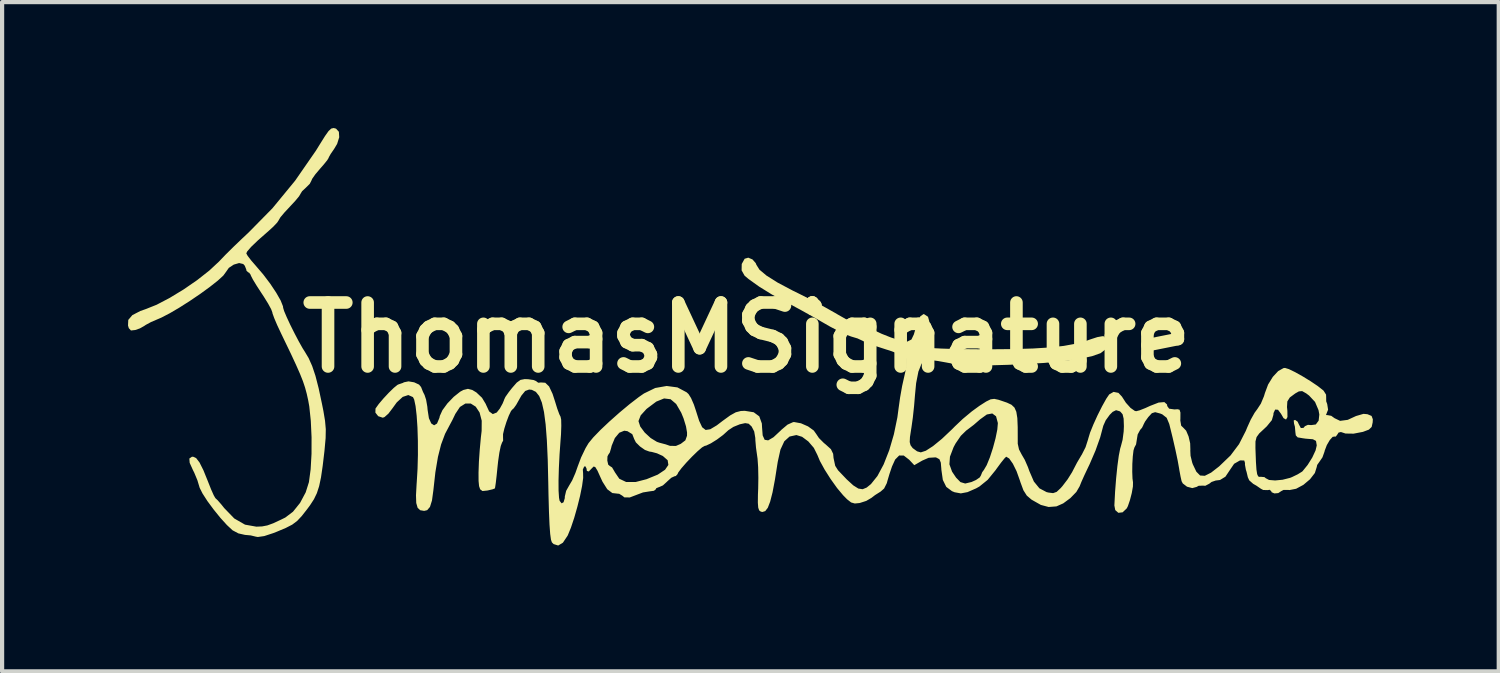
<source format=kicad_pcb>
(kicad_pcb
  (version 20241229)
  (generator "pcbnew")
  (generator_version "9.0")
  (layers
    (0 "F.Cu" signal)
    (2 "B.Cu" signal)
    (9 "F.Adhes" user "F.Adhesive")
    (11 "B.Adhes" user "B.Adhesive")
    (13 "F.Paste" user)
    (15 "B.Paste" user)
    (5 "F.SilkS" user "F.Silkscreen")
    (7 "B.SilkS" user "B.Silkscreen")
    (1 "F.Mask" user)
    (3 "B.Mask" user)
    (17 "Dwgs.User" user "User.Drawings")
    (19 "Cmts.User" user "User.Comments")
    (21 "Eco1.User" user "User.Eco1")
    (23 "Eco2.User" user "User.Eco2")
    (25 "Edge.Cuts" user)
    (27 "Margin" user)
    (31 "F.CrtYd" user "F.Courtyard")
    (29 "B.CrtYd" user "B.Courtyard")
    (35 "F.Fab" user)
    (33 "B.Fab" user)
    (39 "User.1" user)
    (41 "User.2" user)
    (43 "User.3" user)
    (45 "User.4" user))
  (footprint "ThomasMSignature"
    (layer "F.Cu")
    (at 14.744 4.992)
    (property "Reference" "ThomasMSignature" (at 0 0 0) (layer "F.SilkS") (effects (font (size 1.524 1.524) (thickness 0.3))))
    (attr board_only exclude_from_pos_files exclude_from_bom)
    (fp_poly (pts (xy -9.788 -4.977) (xy -9.72 -4.902) (xy -9.712 -4.772) (xy -9.762 -4.613) (xy -9.835 -4.491) (xy -9.915 -4.375) (xy -9.96 -4.295) (xy -9.964 -4.281) (xy -9.996 -4.227) (xy -10.08 -4.123) (xy -10.17 -4.02) (xy -10.281 -3.889) (xy -10.356 -3.782) (xy -10.377 -3.734) (xy -10.414 -3.662) (xy -10.504 -3.573) (xy -10.506 -3.571) (xy -10.596 -3.487) (xy -10.635 -3.424) (xy -10.635 -3.423) (xy -10.669 -3.365) (xy -10.758 -3.258) (xy -10.883 -3.123) (xy -10.893 -3.112) (xy -11.02 -2.976) (xy -11.113 -2.865) (xy -11.151 -2.801) (xy -11.151 -2.799) (xy -11.188 -2.742) (xy -11.282 -2.642) (xy -11.396 -2.538) (xy -11.645 -2.319) (xy -11.813 -2.158) (xy -11.905 -2.051) (xy -11.926 -2.005) (xy -11.893 -1.945) (xy -11.808 -1.835) (xy -11.703 -1.714) (xy -11.524 -1.505) (xy -11.356 -1.283) (xy -11.213 -1.068) (xy -11.107 -0.882) (xy -11.052 -0.744) (xy -11.048 -0.709) (xy -11.025 -0.632) (xy -10.964 -0.488) (xy -10.878 -0.303) (xy -10.777 -0.101) (xy -10.675 0.093) (xy -10.584 0.255) (xy -10.535 0.332) (xy -10.44 0.491) (xy -10.356 0.68) (xy -10.278 0.913) (xy -10.202 1.209) (xy -10.122 1.584) (xy -10.089 1.749) (xy -10.05 1.983) (xy -10.032 2.184) (xy -10.036 2.397) (xy -10.06 2.662) (xy -10.064 2.704) (xy -10.106 3.059) (xy -10.146 3.331) (xy -10.19 3.54) (xy -10.244 3.707) (xy -10.314 3.852) (xy -10.406 3.994) (xy -10.475 4.087) (xy -10.603 4.251) (xy -10.713 4.368) (xy -10.831 4.457) (xy -10.984 4.536) (xy -11.198 4.626) (xy -11.285 4.66) (xy -11.498 4.73) (xy -11.651 4.752) (xy -11.698 4.744) (xy -11.822 4.714) (xy -11.957 4.702) (xy -12.115 4.666) (xy -12.254 4.592) (xy -12.388 4.467) (xy -12.544 4.295) (xy -12.704 4.097) (xy -12.852 3.897) (xy -12.968 3.717) (xy -13.036 3.582) (xy -13.045 3.553) (xy -13.091 3.4) (xy -13.166 3.22) (xy -13.198 3.156) (xy -13.275 2.985) (xy -13.283 2.883) (xy -13.223 2.841) (xy -13.193 2.839) (xy -13.121 2.872) (xy -13.041 2.976) (xy -12.948 3.161) (xy -12.836 3.437) (xy -12.834 3.443) (xy -12.763 3.621) (xy -12.702 3.758) (xy -12.662 3.827) (xy -12.658 3.83) (xy -12.608 3.877) (xy -12.519 3.979) (xy -12.452 4.063) (xy -12.212 4.311) (xy -11.956 4.458) (xy -11.686 4.506) (xy -11.549 4.5) (xy -11.424 4.476) (xy -11.281 4.424) (xy -11.089 4.334) (xy -10.996 4.288) (xy -10.814 4.15) (xy -10.645 3.94) (xy -10.511 3.689) (xy -10.434 3.446) (xy -10.393 3.141) (xy -10.372 2.772) (xy -10.371 2.375) (xy -10.389 1.986) (xy -10.425 1.642) (xy -10.451 1.497) (xy -10.486 1.339) (xy -10.526 1.191) (xy -10.577 1.039) (xy -10.646 0.866) (xy -10.739 0.655) (xy -10.862 0.39) (xy -11.023 0.056) (xy -11.096 -0.096) (xy -11.189 -0.294) (xy -11.26 -0.461) (xy -11.301 -0.574) (xy -11.306 -0.602) (xy -11.334 -0.676) (xy -11.407 -0.81) (xy -11.513 -0.981) (xy -11.564 -1.058) (xy -11.679 -1.235) (xy -11.768 -1.381) (xy -11.817 -1.476) (xy -11.822 -1.495) (xy -11.86 -1.547) (xy -11.874 -1.549) (xy -11.921 -1.59) (xy -11.926 -1.62) (xy -11.962 -1.711) (xy -11.999 -1.752) (xy -12.097 -1.775) (xy -12.224 -1.738) (xy -12.342 -1.66) (xy -12.413 -1.559) (xy -12.473 -1.477) (xy -12.606 -1.355) (xy -12.794 -1.207) (xy -13.019 -1.043) (xy -13.265 -0.876) (xy -13.514 -0.717) (xy -13.747 -0.58) (xy -13.949 -0.475) (xy -14.042 -0.435) (xy -14.198 -0.368) (xy -14.32 -0.302) (xy -14.352 -0.28) (xy -14.461 -0.218) (xy -14.569 -0.18) (xy -14.674 -0.168) (xy -14.725 -0.223) (xy -14.744 -0.286) (xy -14.738 -0.42) (xy -14.641 -0.534) (xy -14.45 -0.633) (xy -14.329 -0.675) (xy -14.063 -0.781) (xy -13.752 -0.944) (xy -13.421 -1.145) (xy -13.097 -1.368) (xy -12.807 -1.596) (xy -12.577 -1.81) (xy -12.561 -1.827) (xy -12.42 -1.974) (xy -12.23 -2.162) (xy -12.019 -2.364) (xy -11.87 -2.504) (xy -11.303 -3.08) (xy -10.763 -3.737) (xy -10.269 -4.45) (xy -10.173 -4.605) (xy -10.051 -4.8) (xy -9.966 -4.92) (xy -9.902 -4.979) (xy -9.844 -4.992)) (stroke (width 0) (type solid)) (fill yes) (layer "F.SilkS"))
    (fp_poly (pts (xy 0.134 -1.861) (xy 0.212 -1.772) (xy 0.227 -1.733) (xy 0.3 -1.617) (xy 0.468 -1.476) (xy 0.732 -1.31) (xy 1.094 -1.118) (xy 1.229 -1.052) (xy 1.501 -0.915) (xy 1.807 -0.752) (xy 2.094 -0.591) (xy 2.183 -0.539) (xy 2.389 -0.422) (xy 2.571 -0.329) (xy 2.706 -0.271) (xy 2.761 -0.258) (xy 2.886 -0.234) (xy 2.994 -0.191) (xy 3.212 -0.089) (xy 3.434 -0.001) (xy 3.632 0.063) (xy 3.781 0.094) (xy 3.826 0.095) (xy 3.921 0.047) (xy 3.98 -0.077) (xy 3.987 -0.103) (xy 4.061 -0.356) (xy 4.134 -0.507) (xy 4.208 -0.558) (xy 4.222 -0.557) (xy 4.316 -0.495) (xy 4.348 -0.379) (xy 4.315 -0.242) (xy 4.277 -0.182) (xy 4.201 -0.028) (xy 4.213 0.113) (xy 4.307 0.215) (xy 4.376 0.243) (xy 4.466 0.254) (xy 4.643 0.263) (xy 4.891 0.271) (xy 5.194 0.276) (xy 5.536 0.279) (xy 5.782 0.28) (xy 6.347 0.275) (xy 6.821 0.261) (xy 7.218 0.236) (xy 7.551 0.199) (xy 7.831 0.148) (xy 8.072 0.084) (xy 8.193 0.041) (xy 8.35 -0.01) (xy 8.471 -0.032) (xy 8.515 -0.028) (xy 8.559 0.05) (xy 8.566 0.173) (xy 8.533 0.287) (xy 8.529 0.294) (xy 8.426 0.373) (xy 8.225 0.444) (xy 7.931 0.507) (xy 7.549 0.561) (xy 7.084 0.605) (xy 6.542 0.637) (xy 6.221 0.65) (xy 5.841 0.661) (xy 5.543 0.665) (xy 5.308 0.662) (xy 5.115 0.651) (xy 4.944 0.63) (xy 4.774 0.599) (xy 4.759 0.596) (xy 4.553 0.559) (xy 4.381 0.537) (xy 4.271 0.534) (xy 4.253 0.537) (xy 4.161 0.626) (xy 4.087 0.811) (xy 4.033 1.087) (xy 4.006 1.368) (xy 3.984 1.633) (xy 3.954 1.91) (xy 3.921 2.146) (xy 3.915 2.181) (xy 3.886 2.371) (xy 3.88 2.489) (xy 3.9 2.566) (xy 3.949 2.632) (xy 3.949 2.633) (xy 4.056 2.711) (xy 4.144 2.736) (xy 4.264 2.697) (xy 4.436 2.586) (xy 4.649 2.412) (xy 4.891 2.183) (xy 4.956 2.117) (xy 5.144 1.939) (xy 5.359 1.76) (xy 5.54 1.628) (xy 5.701 1.525) (xy 5.808 1.472) (xy 5.894 1.461) (xy 5.993 1.482) (xy 6.051 1.501) (xy 6.197 1.551) (xy 6.304 1.601) (xy 6.376 1.669) (xy 6.42 1.769) (xy 6.444 1.918) (xy 6.453 2.133) (xy 6.454 2.431) (xy 6.454 2.53) (xy 6.484 2.666) (xy 6.548 2.788) (xy 6.621 2.913) (xy 6.697 3.087) (xy 6.73 3.18) (xy 6.838 3.43) (xy 6.97 3.592) (xy 7.14 3.682) (xy 7.185 3.693) (xy 7.296 3.707) (xy 7.381 3.677) (xy 7.477 3.587) (xy 7.519 3.539) (xy 7.642 3.378) (xy 7.749 3.207) (xy 7.774 3.158) (xy 7.866 2.981) (xy 7.971 2.803) (xy 7.981 2.788) (xy 8.07 2.612) (xy 8.131 2.422) (xy 8.136 2.401) (xy 8.177 2.266) (xy 8.255 2.073) (xy 8.355 1.853) (xy 8.463 1.638) (xy 8.563 1.458) (xy 8.633 1.355) (xy 8.737 1.295) (xy 8.853 1.318) (xy 8.936 1.407) (xy 9.031 1.554) (xy 9.142 1.677) (xy 9.243 1.748) (xy 9.276 1.755) (xy 9.358 1.734) (xy 9.497 1.679) (xy 9.606 1.629) (xy 9.811 1.549) (xy 9.947 1.538) (xy 10.011 1.595) (xy 10.015 1.632) (xy 10.061 1.695) (xy 10.188 1.713) (xy 10.261 1.708) (xy 10.309 1.72) (xy 10.33 1.787) (xy 10.329 1.93) (xy 10.327 1.975) (xy 10.348 2.1) (xy 10.398 2.148) (xy 10.466 2.219) (xy 10.524 2.356) (xy 10.562 2.52) (xy 10.567 2.673) (xy 10.565 2.692) (xy 10.571 2.817) (xy 10.61 2.977) (xy 10.625 3.02) (xy 10.709 3.196) (xy 10.799 3.287) (xy 10.911 3.294) (xy 11.06 3.219) (xy 11.253 3.069) (xy 11.524 2.809) (xy 11.657 2.632) (xy 12.117 2.632) (xy 12.119 2.694) (xy 12.129 2.964) (xy 12.141 3.145) (xy 12.158 3.255) (xy 12.183 3.309) (xy 12.218 3.321) (xy 12.242 3.317) (xy 12.333 3.326) (xy 12.362 3.351) (xy 12.441 3.393) (xy 12.586 3.405) (xy 12.764 3.388) (xy 12.942 3.343) (xy 12.985 3.326) (xy 13.124 3.259) (xy 13.226 3.196) (xy 13.24 3.184) (xy 13.361 3.035) (xy 13.471 2.859) (xy 13.55 2.689) (xy 13.578 2.569) (xy 13.56 2.463) (xy 13.486 2.423) (xy 13.436 2.419) (xy 13.312 2.409) (xy 13.242 2.399) (xy 13.143 2.382) (xy 13.126 2.381) (xy 13.079 2.332) (xy 13.069 2.259) (xy 13.057 2.122) (xy 13.037 2.052) (xy 13.029 1.976) (xy 13.061 1.962) (xy 13.122 2.005) (xy 13.15 2.065) (xy 13.199 2.156) (xy 13.263 2.152) (xy 13.296 2.112) (xy 13.367 2.08) (xy 13.446 2.086) (xy 13.555 2.071) (xy 13.623 1.98) (xy 13.639 1.834) (xy 13.62 1.729) (xy 13.537 1.534) (xy 13.395 1.382) (xy 13.326 1.33) (xy 13.23 1.276) (xy 13.152 1.283) (xy 13.067 1.331) (xy 12.937 1.427) (xy 12.877 1.522) (xy 12.869 1.656) (xy 12.878 1.747) (xy 12.88 1.895) (xy 12.846 1.954) (xy 12.786 1.92) (xy 12.726 1.816) (xy 12.655 1.721) (xy 12.587 1.716) (xy 12.548 1.799) (xy 12.545 1.841) (xy 12.508 1.968) (xy 12.388 2.115) (xy 12.327 2.173) (xy 12.208 2.284) (xy 12.144 2.372) (xy 12.118 2.475) (xy 12.117 2.632) (xy 11.657 2.632) (xy 11.726 2.54) (xy 11.887 2.225) (xy 11.921 2.142) (xy 12.005 1.956) (xy 12.098 1.791) (xy 12.162 1.704) (xy 12.246 1.575) (xy 12.32 1.399) (xy 12.343 1.322) (xy 12.419 1.119) (xy 12.531 0.937) (xy 12.66 0.798) (xy 12.786 0.728) (xy 12.822 0.724) (xy 12.913 0.752) (xy 13.062 0.824) (xy 13.244 0.926) (xy 13.433 1.042) (xy 13.602 1.156) (xy 13.727 1.254) (xy 13.742 1.268) (xy 13.8 1.36) (xy 13.802 1.421) (xy 13.803 1.519) (xy 13.827 1.585) (xy 13.848 1.719) (xy 13.825 1.776) (xy 13.798 1.846) (xy 13.837 1.849) (xy 13.839 1.849) (xy 13.923 1.865) (xy 14.001 1.921) (xy 14.134 1.985) (xy 14.316 1.961) (xy 14.513 1.87) (xy 14.692 1.818) (xy 14.787 1.827) (xy 14.884 1.868) (xy 14.914 1.947) (xy 14.91 2.023) (xy 14.886 2.13) (xy 14.82 2.194) (xy 14.684 2.245) (xy 14.679 2.247) (xy 14.455 2.29) (xy 14.263 2.287) (xy 14.154 2.251) (xy 14.098 2.264) (xy 14.072 2.305) (xy 14.031 2.361) (xy 14.008 2.358) (xy 13.957 2.366) (xy 13.888 2.443) (xy 13.818 2.562) (xy 13.767 2.696) (xy 13.762 2.72) (xy 13.714 2.854) (xy 13.652 2.945) (xy 13.588 3.036) (xy 13.578 3.083) (xy 13.533 3.227) (xy 13.417 3.377) (xy 13.259 3.51) (xy 13.086 3.603) (xy 12.927 3.634) (xy 12.9 3.63) (xy 12.787 3.63) (xy 12.729 3.661) (xy 12.661 3.706) (xy 12.569 3.714) (xy 12.502 3.685) (xy 12.493 3.66) (xy 12.455 3.627) (xy 12.41 3.635) (xy 12.302 3.632) (xy 12.249 3.604) (xy 12.14 3.529) (xy 12.063 3.485) (xy 11.969 3.402) (xy 11.936 3.329) (xy 11.906 3.202) (xy 11.889 3.149) (xy 11.867 3.027) (xy 11.868 2.988) (xy 11.851 2.93) (xy 11.764 2.927) (xy 11.745 2.93) (xy 11.609 3.008) (xy 11.513 3.149) (xy 11.402 3.315) (xy 11.273 3.394) (xy 11.169 3.407) (xy 11.071 3.441) (xy 11.017 3.483) (xy 10.922 3.532) (xy 10.865 3.528) (xy 10.763 3.532) (xy 10.718 3.558) (xy 10.613 3.587) (xy 10.487 3.554) (xy 10.386 3.476) (xy 10.358 3.423) (xy 10.333 3.312) (xy 10.304 3.157) (xy 10.299 3.123) (xy 10.265 2.933) (xy 10.211 2.677) (xy 10.145 2.388) (xy 10.074 2.1) (xy 10.063 2.057) (xy 10.002 1.912) (xy 9.896 1.829) (xy 9.847 1.81) (xy 9.728 1.778) (xy 9.649 1.803) (xy 9.564 1.895) (xy 9.487 2.002) (xy 9.449 2.076) (xy 9.448 2.082) (xy 9.415 2.149) (xy 9.37 2.201) (xy 9.311 2.31) (xy 9.293 2.42) (xy 9.273 2.546) (xy 9.234 2.619) (xy 9.212 2.689) (xy 9.195 2.831) (xy 9.184 3.011) (xy 9.182 3.199) (xy 9.188 3.36) (xy 9.2 3.449) (xy 9.198 3.549) (xy 9.171 3.704) (xy 9.127 3.874) (xy 9.078 4.017) (xy 9.052 4.069) (xy 8.953 4.164) (xy 8.851 4.176) (xy 8.777 4.111) (xy 8.756 4.001) (xy 8.773 3.675) (xy 8.798 3.355) (xy 8.828 3.062) (xy 8.861 2.818) (xy 8.895 2.644) (xy 8.912 2.588) (xy 8.952 2.436) (xy 8.978 2.237) (xy 8.983 2.112) (xy 8.977 1.933) (xy 8.952 1.828) (xy 8.901 1.768) (xy 8.879 1.755) (xy 8.796 1.731) (xy 8.715 1.771) (xy 8.646 1.84) (xy 8.55 1.972) (xy 8.491 2.104) (xy 8.489 2.113) (xy 8.418 2.379) (xy 8.306 2.694) (xy 8.165 3.021) (xy 8.128 3.098) (xy 8.042 3.28) (xy 7.971 3.438) (xy 7.931 3.538) (xy 7.931 3.54) (xy 7.85 3.679) (xy 7.707 3.826) (xy 7.538 3.951) (xy 7.378 4.022) (xy 7.374 4.023) (xy 7.19 4.037) (xy 7.005 3.988) (xy 6.789 3.866) (xy 6.775 3.856) (xy 6.669 3.765) (xy 6.589 3.639) (xy 6.518 3.447) (xy 6.504 3.403) (xy 6.426 3.185) (xy 6.337 3.005) (xy 6.25 2.882) (xy 6.179 2.839) (xy 6.138 2.879) (xy 6.055 2.982) (xy 5.947 3.129) (xy 5.93 3.154) (xy 5.738 3.39) (xy 5.541 3.549) (xy 5.463 3.593) (xy 5.257 3.683) (xy 5.098 3.713) (xy 4.95 3.686) (xy 4.887 3.66) (xy 4.751 3.558) (xy 4.669 3.392) (xy 4.634 3.146) (xy 4.634 3.134) (xy 4.624 3.02) (xy 4.826 3.02) (xy 4.889 3.195) (xy 4.985 3.338) (xy 5.089 3.444) (xy 5.202 3.478) (xy 5.352 3.442) (xy 5.459 3.394) (xy 5.548 3.333) (xy 5.576 3.287) (xy 5.607 3.209) (xy 5.648 3.153) (xy 5.715 3.039) (xy 5.79 2.855) (xy 5.863 2.631) (xy 5.925 2.4) (xy 5.967 2.193) (xy 5.98 2.042) (xy 5.979 2.032) (xy 5.937 1.876) (xy 5.847 1.809) (xy 5.718 1.833) (xy 5.557 1.949) (xy 5.557 1.949) (xy 5.406 2.08) (xy 5.247 2.201) (xy 5.227 2.215) (xy 5.098 2.341) (xy 4.972 2.525) (xy 4.925 2.613) (xy 4.839 2.838) (xy 4.826 3.02) (xy 4.624 3.02) (xy 4.621 2.981) (xy 4.588 2.9) (xy 4.519 2.862) (xy 4.496 2.855) (xy 4.331 2.865) (xy 4.178 2.932) (xy 3.989 3.041) (xy 3.868 2.912) (xy 3.739 2.812) (xy 3.629 2.81) (xy 3.533 2.907) (xy 3.458 3.072) (xy 3.398 3.25) (xy 3.35 3.411) (xy 3.334 3.47) (xy 3.27 3.597) (xy 3.187 3.67) (xy 3.054 3.754) (xy 2.968 3.82) (xy 2.845 3.892) (xy 2.69 3.942) (xy 2.683 3.943) (xy 2.572 3.954) (xy 2.484 3.929) (xy 2.387 3.853) (xy 2.292 3.756) (xy 2.149 3.585) (xy 1.996 3.371) (xy 1.853 3.146) (xy 1.74 2.94) (xy 1.68 2.797) (xy 1.596 2.629) (xy 1.465 2.476) (xy 1.316 2.365) (xy 1.18 2.323) (xy 1.017 2.359) (xy 0.892 2.472) (xy 0.8 2.671) (xy 0.736 2.961) (xy 0.733 2.979) (xy 0.67 3.38) (xy 0.612 3.688) (xy 0.555 3.91) (xy 0.499 4.056) (xy 0.438 4.135) (xy 0.37 4.156) (xy 0.331 4.147) (xy 0.293 4.118) (xy 0.271 4.053) (xy 0.262 3.935) (xy 0.264 3.742) (xy 0.27 3.596) (xy 0.274 3.34) (xy 0.269 3.09) (xy 0.255 2.886) (xy 0.245 2.816) (xy 0.218 2.626) (xy 0.203 2.45) (xy 0.201 2.391) (xy 0.175 2.238) (xy 0.114 2.12) (xy 0.043 2.053) (xy -0.04 2.039) (xy -0.168 2.067) (xy -0.321 2.129) (xy -0.441 2.208) (xy -0.453 2.219) (xy -0.567 2.322) (xy -0.712 2.43) (xy -0.858 2.521) (xy -0.971 2.575) (xy -1.003 2.581) (xy -1.067 2.617) (xy -1.175 2.71) (xy -1.308 2.839) (xy -1.442 2.98) (xy -1.558 3.113) (xy -1.634 3.214) (xy -1.652 3.255) (xy -1.693 3.3) (xy -1.72 3.304) (xy -1.799 3.34) (xy -1.896 3.427) (xy -1.901 3.433) (xy -2 3.523) (xy -2.088 3.562) (xy -2.091 3.562) (xy -2.159 3.59) (xy -2.168 3.614) (xy -2.213 3.651) (xy -2.317 3.665) (xy -2.474 3.69) (xy -2.614 3.743) (xy -2.79 3.81) (xy -2.918 3.808) (xy -2.969 3.767) (xy -3.043 3.722) (xy -3.063 3.721) (xy -3.205 3.705) (xy -3.326 3.614) (xy -3.439 3.435) (xy -3.484 3.338) (xy -3.559 3.172) (xy -3.61 3.088) (xy -3.649 3.072) (xy -3.688 3.11) (xy -3.688 3.11) (xy -3.766 3.191) (xy -3.812 3.178) (xy -3.82 3.12) (xy -3.847 3.068) (xy -3.876 3.074) (xy -3.908 3.145) (xy -3.902 3.229) (xy -3.9 3.346) (xy -3.926 3.536) (xy -3.974 3.774) (xy -4.039 4.035) (xy -4.113 4.295) (xy -4.191 4.528) (xy -4.266 4.711) (xy -4.273 4.724) (xy -4.383 4.888) (xy -4.495 4.955) (xy -4.604 4.921) (xy -4.645 4.88) (xy -4.667 4.816) (xy -4.686 4.676) (xy -4.702 4.455) (xy -4.715 4.146) (xy -4.726 3.744) (xy -4.731 3.474) (xy -4.744 2.913) (xy -4.765 2.447) (xy -4.794 2.07) (xy -4.833 1.774) (xy -4.884 1.55) (xy -4.948 1.393) (xy -5.027 1.294) (xy -5.123 1.246) (xy -5.188 1.239) (xy -5.281 1.273) (xy -5.372 1.384) (xy -5.421 1.471) (xy -5.496 1.604) (xy -5.556 1.688) (xy -5.577 1.704) (xy -5.618 1.749) (xy -5.672 1.862) (xy -5.729 2.013) (xy -5.778 2.169) (xy -5.809 2.3) (xy -5.809 2.373) (xy -5.809 2.374) (xy -5.807 2.457) (xy -5.833 2.503) (xy -5.863 2.583) (xy -5.896 2.74) (xy -5.926 2.947) (xy -5.94 3.076) (xy -5.962 3.292) (xy -5.982 3.465) (xy -5.998 3.572) (xy -6.005 3.596) (xy -6.062 3.617) (xy -6.177 3.644) (xy -6.184 3.645) (xy -6.299 3.657) (xy -6.354 3.616) (xy -6.38 3.54) (xy -6.392 3.417) (xy -6.393 3.216) (xy -6.384 2.96) (xy -6.364 2.673) (xy -6.337 2.378) (xy -6.319 2.225) (xy -6.317 1.981) (xy -6.368 1.786) (xy -6.46 1.647) (xy -6.577 1.573) (xy -6.707 1.573) (xy -6.836 1.654) (xy -6.95 1.826) (xy -6.952 1.833) (xy -7.016 1.966) (xy -7.069 2.065) (xy -7.19 2.294) (xy -7.285 2.548) (xy -7.36 2.845) (xy -7.421 3.208) (xy -7.469 3.64) (xy -7.502 3.882) (xy -7.55 4.036) (xy -7.617 4.113) (xy -7.688 4.13) (xy -7.783 4.114) (xy -7.844 4.056) (xy -7.877 3.942) (xy -7.883 3.758) (xy -7.868 3.487) (xy -7.865 3.448) (xy -7.846 3.13) (xy -7.837 2.795) (xy -7.838 2.459) (xy -7.848 2.142) (xy -7.867 1.861) (xy -7.893 1.634) (xy -7.926 1.478) (xy -7.955 1.419) (xy -8.066 1.37) (xy -8.199 1.414) (xy -8.342 1.546) (xy -8.441 1.683) (xy -8.54 1.813) (xy -8.633 1.895) (xy -8.674 1.91) (xy -8.783 1.874) (xy -8.85 1.789) (xy -8.848 1.693) (xy -8.845 1.688) (xy -8.77 1.583) (xy -8.657 1.45) (xy -8.53 1.314) (xy -8.412 1.199) (xy -8.325 1.128) (xy -8.302 1.117) (xy -8.196 1.081) (xy -8.169 1.066) (xy -8.061 1.044) (xy -7.926 1.067) (xy -7.81 1.121) (xy -7.762 1.179) (xy -7.716 1.295) (xy -7.679 1.368) (xy -7.642 1.481) (xy -7.613 1.646) (xy -7.606 1.724) (xy -7.575 1.923) (xy -7.519 2.047) (xy -7.451 2.091) (xy -7.382 2.049) (xy -7.325 1.914) (xy -7.315 1.868) (xy -7.253 1.731) (xy -7.134 1.569) (xy -6.983 1.412) (xy -6.83 1.29) (xy -6.754 1.249) (xy -6.645 1.222) (xy -6.542 1.249) (xy -6.444 1.308) (xy -6.31 1.435) (xy -6.219 1.586) (xy -6.216 1.596) (xy -6.14 1.76) (xy -6.053 1.824) (xy -5.959 1.786) (xy -5.886 1.693) (xy -5.819 1.572) (xy -5.784 1.487) (xy -5.782 1.477) (xy -5.752 1.414) (xy -5.673 1.302) (xy -5.597 1.205) (xy -5.483 1.074) (xy -5.393 1.009) (xy -5.293 0.99) (xy -5.21 0.993) (xy -5.082 1.012) (xy -5.012 1.042) (xy -5.008 1.051) (xy -4.967 1.077) (xy -4.907 1.07) (xy -4.803 1.077) (xy -4.712 1.165) (xy -4.629 1.341) (xy -4.57 1.523) (xy -4.517 1.695) (xy -4.468 1.828) (xy -4.439 1.885) (xy -4.424 1.956) (xy -4.421 2.105) (xy -4.428 2.308) (xy -4.439 2.453) (xy -4.463 2.79) (xy -4.479 3.114) (xy -4.487 3.406) (xy -4.486 3.647) (xy -4.475 3.818) (xy -4.461 3.89) (xy -4.414 3.95) (xy -4.367 3.924) (xy -4.338 3.827) (xy -4.337 3.787) (xy -4.305 3.652) (xy -4.233 3.524) (xy -4.162 3.404) (xy -4.085 3.227) (xy -4.031 3.074) (xy -3.977 2.93) (xy -3.325 2.93) (xy -3.303 3.029) (xy -3.264 3.061) (xy -3.211 3.095) (xy -3.152 3.195) (xy -3.146 3.207) (xy -3.039 3.364) (xy -2.875 3.442) (xy -2.65 3.442) (xy -2.39 3.375) (xy -2.123 3.266) (xy -1.949 3.15) (xy -1.87 3.035) (xy -1.887 2.923) (xy -2.002 2.822) (xy -2.142 2.758) (xy -2.266 2.725) (xy -2.324 2.716) (xy -2.428 2.678) (xy -2.546 2.595) (xy -2.644 2.498) (xy -2.685 2.417) (xy -2.685 2.416) (xy -2.73 2.302) (xy -2.845 2.231) (xy -2.921 2.22) (xy -3.039 2.268) (xy -3.145 2.395) (xy -3.221 2.578) (xy -3.234 2.633) (xy -3.266 2.741) (xy -3.299 2.788) (xy -3.299 2.788) (xy -3.321 2.832) (xy -3.325 2.93) (xy -3.977 2.93) (xy -3.949 2.856) (xy -3.843 2.635) (xy -3.772 2.516) (xy -3.661 2.381) (xy -3.488 2.202) (xy -3.272 1.998) (xy -3.268 1.995) (xy -2.581 1.995) (xy -2.54 2.12) (xy -2.434 2.263) (xy -2.292 2.394) (xy -2.143 2.485) (xy -2.082 2.506) (xy -1.934 2.545) (xy -1.833 2.58) (xy -1.691 2.583) (xy -1.575 2.533) (xy -1.465 2.449) (xy -1.426 2.34) (xy -1.425 2.263) (xy -1.45 2.116) (xy -1.508 1.927) (xy -1.563 1.792) (xy -1.684 1.583) (xy -1.817 1.47) (xy -1.972 1.451) (xy -2.157 1.526) (xy -2.38 1.693) (xy -2.394 1.705) (xy -2.529 1.854) (xy -2.581 1.987) (xy -2.581 1.995) (xy -3.268 1.995) (xy -3.034 1.787) (xy -2.794 1.587) (xy -2.572 1.416) (xy -2.452 1.333) (xy -2.183 1.202) (xy -1.91 1.154) (xy -1.654 1.188) (xy -1.436 1.304) (xy -1.39 1.346) (xy -1.33 1.441) (xy -1.262 1.597) (xy -1.216 1.735) (xy -1.137 1.983) (xy -1.065 2.137) (xy -0.982 2.202) (xy -0.872 2.185) (xy -0.718 2.093) (xy -0.575 1.984) (xy -0.397 1.855) (xy -0.264 1.781) (xy -0.144 1.75) (xy -0.049 1.746) (xy 0.163 1.78) (xy 0.296 1.878) (xy 0.357 2.047) (xy 0.362 2.138) (xy 0.377 2.332) (xy 0.424 2.436) (xy 0.508 2.45) (xy 0.635 2.375) (xy 0.811 2.211) (xy 0.823 2.198) (xy 0.969 2.075) (xy 1.1 2.016) (xy 1.125 2.013) (xy 1.289 2.043) (xy 1.458 2.117) (xy 1.594 2.215) (xy 1.651 2.295) (xy 1.718 2.395) (xy 1.834 2.511) (xy 1.879 2.548) (xy 2.003 2.66) (xy 2.056 2.77) (xy 2.065 2.868) (xy 2.105 3.056) (xy 2.172 3.162) (xy 2.379 3.379) (xy 2.535 3.522) (xy 2.656 3.598) (xy 2.758 3.614) (xy 2.855 3.574) (xy 2.957 3.491) (xy 3.111 3.299) (xy 3.259 3.023) (xy 3.392 2.685) (xy 3.503 2.305) (xy 3.586 1.903) (xy 3.615 1.686) (xy 3.651 1.428) (xy 3.7 1.152) (xy 3.749 0.934) (xy 3.79 0.748) (xy 3.811 0.594) (xy 3.807 0.505) (xy 3.744 0.452) (xy 3.6 0.383) (xy 3.396 0.308) (xy 3.321 0.285) (xy 3.106 0.215) (xy 2.92 0.148) (xy 2.792 0.095) (xy 2.761 0.079) (xy 2.636 0.021) (xy 2.486 -0.024) (xy 2.371 -0.066) (xy 2.196 -0.149) (xy 1.984 -0.26) (xy 1.813 -0.358) (xy 1.559 -0.504) (xy 1.288 -0.655) (xy 1.041 -0.788) (xy 0.927 -0.847) (xy 0.597 -1.025) (xy 0.292 -1.214) (xy 0.039 -1.395) (xy -0.054 -1.474) (xy -0.125 -1.6) (xy -0.122 -1.752) (xy -0.053 -1.877) (xy 0.033 -1.903)) (stroke (width 0) (type solid)) (fill yes) (layer "F.SilkS")))
  (gr_rect
    (start -3 -3)
    (end 32.658 12.946)
    (stroke (width 0.1) (type default))
    (fill no)
    (layer "Edge.Cuts")))
</source>
